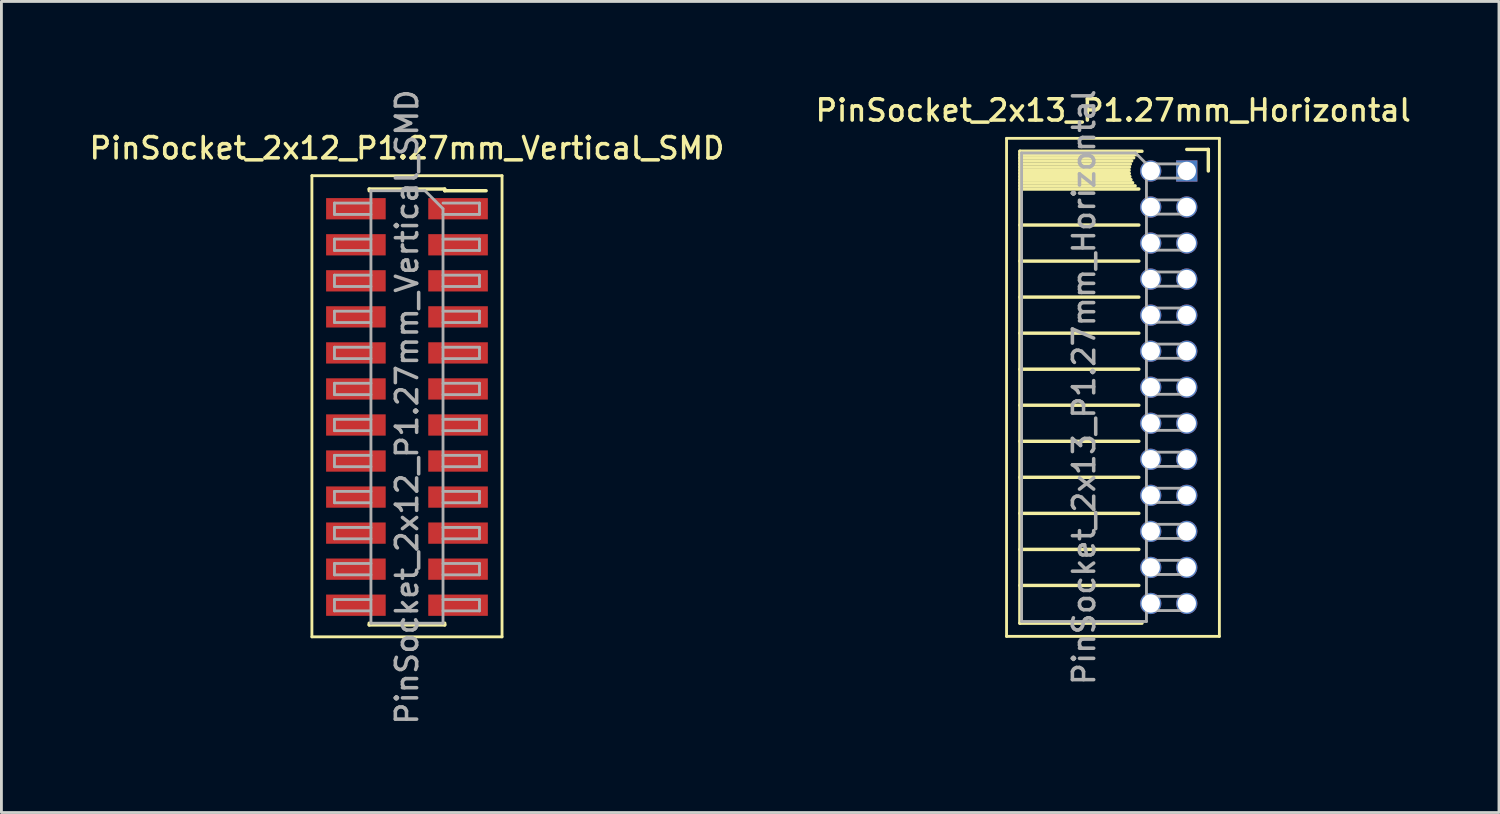
<source format=kicad_pcb>
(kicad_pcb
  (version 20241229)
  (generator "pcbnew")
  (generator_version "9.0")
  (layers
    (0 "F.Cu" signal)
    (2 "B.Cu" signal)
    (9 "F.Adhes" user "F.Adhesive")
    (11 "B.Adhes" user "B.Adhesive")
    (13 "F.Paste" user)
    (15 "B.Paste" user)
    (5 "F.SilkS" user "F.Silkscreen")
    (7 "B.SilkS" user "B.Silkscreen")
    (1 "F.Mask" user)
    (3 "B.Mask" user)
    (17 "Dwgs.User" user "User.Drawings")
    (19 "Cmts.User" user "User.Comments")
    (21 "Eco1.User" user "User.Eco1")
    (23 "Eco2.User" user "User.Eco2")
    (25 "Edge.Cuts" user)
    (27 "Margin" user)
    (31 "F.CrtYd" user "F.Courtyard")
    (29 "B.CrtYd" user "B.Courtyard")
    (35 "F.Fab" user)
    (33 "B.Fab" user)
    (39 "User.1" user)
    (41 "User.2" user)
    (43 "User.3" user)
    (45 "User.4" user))
  (footprint "PinSocket_2x13_P1.27mm_Horizontal"
    (layer "F.Cu")
    (at 38.769 2.975)
    (property "Reference" "PinSocket_2x13_P1.27mm_Horizontal" (at -2.592 -2.135 0) (layer "F.SilkS") (effects (font (size 0.75 0.75) (thickness 0.125))))
    (attr through_hole)
    (fp_line (start -6.35 -1.15) (end -6.35 16.4) (stroke (width 0.1) (type solid)) (layer "F.SilkS"))
    (fp_line (start -6.35 16.4) (end 1.15 16.4) (stroke (width 0.1) (type solid)) (layer "F.SilkS"))
    (fp_line (start -5.88 -0.695) (end -5.88 15.935) (stroke (width 0.12) (type solid)) (layer "F.SilkS"))
    (fp_line (start -5.88 -0.695) (end -1.578 -0.695) (stroke (width 0.12) (type solid)) (layer "F.SilkS"))
    (fp_line (start -5.88 -0.575) (end -1.767 -0.575) (stroke (width 0.12) (type solid)) (layer "F.SilkS"))
    (fp_line (start -5.88 -0.465) (end -1.871 -0.465) (stroke (width 0.12) (type solid)) (layer "F.SilkS"))
    (fp_line (start -5.88 -0.355) (end -1.942 -0.355) (stroke (width 0.12) (type solid)) (layer "F.SilkS"))
    (fp_line (start -5.88 -0.245) (end -1.989 -0.245) (stroke (width 0.12) (type solid)) (layer "F.SilkS"))
    (fp_line (start -5.88 -0.135) (end -2.018 -0.135) (stroke (width 0.12) (type solid)) (layer "F.SilkS"))
    (fp_line (start -5.88 -0.025) (end -2.03 -0.025) (stroke (width 0.12) (type solid)) (layer "F.SilkS"))
    (fp_line (start -5.88 0.085) (end -2.025 0.085) (stroke (width 0.12) (type solid)) (layer "F.SilkS"))
    (fp_line (start -5.88 0.195) (end -2.005 0.195) (stroke (width 0.12) (type solid)) (layer "F.SilkS"))
    (fp_line (start -5.88 0.305) (end -1.966 0.305) (stroke (width 0.12) (type solid)) (layer "F.SilkS"))
    (fp_line (start -5.88 0.415) (end -1.907 0.415) (stroke (width 0.12) (type solid)) (layer "F.SilkS"))
    (fp_line (start -5.88 0.525) (end -1.82 0.525) (stroke (width 0.12) (type solid)) (layer "F.SilkS"))
    (fp_line (start -5.88 0.635) (end -1.688 0.635) (stroke (width 0.12) (type solid)) (layer "F.SilkS"))
    (fp_line (start -5.88 1.905) (end -1.688 1.905) (stroke (width 0.12) (type solid)) (layer "F.SilkS"))
    (fp_line (start -5.88 3.175) (end -1.688 3.175) (stroke (width 0.12) (type solid)) (layer "F.SilkS"))
    (fp_line (start -5.88 4.445) (end -1.688 4.445) (stroke (width 0.12) (type solid)) (layer "F.SilkS"))
    (fp_line (start -5.88 5.715) (end -1.688 5.715) (stroke (width 0.12) (type solid)) (layer "F.SilkS"))
    (fp_line (start -5.88 6.985) (end -1.688 6.985) (stroke (width 0.12) (type solid)) (layer "F.SilkS"))
    (fp_line (start -5.88 8.255) (end -1.688 8.255) (stroke (width 0.12) (type solid)) (layer "F.SilkS"))
    (fp_line (start -5.88 9.525) (end -1.688 9.525) (stroke (width 0.12) (type solid)) (layer "F.SilkS"))
    (fp_line (start -5.88 10.795) (end -1.688 10.795) (stroke (width 0.12) (type solid)) (layer "F.SilkS"))
    (fp_line (start -5.88 12.065) (end -1.688 12.065) (stroke (width 0.12) (type solid)) (layer "F.SilkS"))
    (fp_line (start -5.88 13.335) (end -1.688 13.335) (stroke (width 0.12) (type solid)) (layer "F.SilkS"))
    (fp_line (start -5.88 14.605) (end -1.688 14.605) (stroke (width 0.12) (type solid)) (layer "F.SilkS"))
    (fp_line (start -5.88 15.935) (end -1.578 15.935) (stroke (width 0.12) (type solid)) (layer "F.SilkS"))
    (fp_line (start 0 -0.76) (end 0.76 -0.76) (stroke (width 0.12) (type solid)) (layer "F.SilkS"))
    (fp_line (start 0.76 -0.76) (end 0.76 0) (stroke (width 0.12) (type solid)) (layer "F.SilkS"))
    (fp_line (start 1.15 -1.15) (end -6.35 -1.15) (stroke (width 0.1) (type solid)) (layer "F.SilkS"))
    (fp_line (start 1.15 16.4) (end 1.15 -1.15) (stroke (width 0.1) (type solid)) (layer "F.SilkS"))
    (fp_line (start -5.82 -0.635) (end -1.805 -0.635) (stroke (width 0.1) (type solid)) (layer "F.Fab"))
    (fp_line (start -5.82 15.875) (end -5.82 -0.635) (stroke (width 0.1) (type solid)) (layer "F.Fab"))
    (fp_line (start -1.805 -0.635) (end -1.42 -0.25) (stroke (width 0.1) (type solid)) (layer "F.Fab"))
    (fp_line (start -1.42 -0.25) (end -1.42 15.875) (stroke (width 0.1) (type solid)) (layer "F.Fab"))
    (fp_line (start -1.42 0.25) (end 0 0.25) (stroke (width 0.1) (type solid)) (layer "F.Fab"))
    (fp_line (start -1.42 1.52) (end 0 1.52) (stroke (width 0.1) (type solid)) (layer "F.Fab"))
    (fp_line (start -1.42 2.79) (end 0 2.79) (stroke (width 0.1) (type solid)) (layer "F.Fab"))
    (fp_line (start -1.42 4.06) (end 0 4.06) (stroke (width 0.1) (type solid)) (layer "F.Fab"))
    (fp_line (start -1.42 5.33) (end 0 5.33) (stroke (width 0.1) (type solid)) (layer "F.Fab"))
    (fp_line (start -1.42 6.6) (end 0 6.6) (stroke (width 0.1) (type solid)) (layer "F.Fab"))
    (fp_line (start -1.42 7.87) (end 0 7.87) (stroke (width 0.1) (type solid)) (layer "F.Fab"))
    (fp_line (start -1.42 9.14) (end 0 9.14) (stroke (width 0.1) (type solid)) (layer "F.Fab"))
    (fp_line (start -1.42 10.41) (end 0 10.41) (stroke (width 0.1) (type solid)) (layer "F.Fab"))
    (fp_line (start -1.42 11.68) (end 0 11.68) (stroke (width 0.1) (type solid)) (layer "F.Fab"))
    (fp_line (start -1.42 12.95) (end 0 12.95) (stroke (width 0.1) (type solid)) (layer "F.Fab"))
    (fp_line (start -1.42 14.22) (end 0 14.22) (stroke (width 0.1) (type solid)) (layer "F.Fab"))
    (fp_line (start -1.42 15.49) (end 0 15.49) (stroke (width 0.1) (type solid)) (layer "F.Fab"))
    (fp_line (start -1.42 15.875) (end -5.82 15.875) (stroke (width 0.1) (type solid)) (layer "F.Fab"))
    (fp_line (start 0 -0.25) (end -1.42 -0.25) (stroke (width 0.1) (type solid)) (layer "F.Fab"))
    (fp_line (start 0 0.25) (end 0 -0.25) (stroke (width 0.1) (type solid)) (layer "F.Fab"))
    (fp_line (start 0 1.02) (end -1.42 1.02) (stroke (width 0.1) (type solid)) (layer "F.Fab"))
    (fp_line (start 0 1.52) (end 0 1.02) (stroke (width 0.1) (type solid)) (layer "F.Fab"))
    (fp_line (start 0 2.29) (end -1.42 2.29) (stroke (width 0.1) (type solid)) (layer "F.Fab"))
    (fp_line (start 0 2.79) (end 0 2.29) (stroke (width 0.1) (type solid)) (layer "F.Fab"))
    (fp_line (start 0 3.56) (end -1.42 3.56) (stroke (width 0.1) (type solid)) (layer "F.Fab"))
    (fp_line (start 0 4.06) (end 0 3.56) (stroke (width 0.1) (type solid)) (layer "F.Fab"))
    (fp_line (start 0 4.83) (end -1.42 4.83) (stroke (width 0.1) (type solid)) (layer "F.Fab"))
    (fp_line (start 0 5.33) (end 0 4.83) (stroke (width 0.1) (type solid)) (layer "F.Fab"))
    (fp_line (start 0 6.1) (end -1.42 6.1) (stroke (width 0.1) (type solid)) (layer "F.Fab"))
    (fp_line (start 0 6.6) (end 0 6.1) (stroke (width 0.1) (type solid)) (layer "F.Fab"))
    (fp_line (start 0 7.37) (end -1.42 7.37) (stroke (width 0.1) (type solid)) (layer "F.Fab"))
    (fp_line (start 0 7.87) (end 0 7.37) (stroke (width 0.1) (type solid)) (layer "F.Fab"))
    (fp_line (start 0 8.64) (end -1.42 8.64) (stroke (width 0.1) (type solid)) (layer "F.Fab"))
    (fp_line (start 0 9.14) (end 0 8.64) (stroke (width 0.1) (type solid)) (layer "F.Fab"))
    (fp_line (start 0 9.91) (end -1.42 9.91) (stroke (width 0.1) (type solid)) (layer "F.Fab"))
    (fp_line (start 0 10.41) (end 0 9.91) (stroke (width 0.1) (type solid)) (layer "F.Fab"))
    (fp_line (start 0 11.18) (end -1.42 11.18) (stroke (width 0.1) (type solid)) (layer "F.Fab"))
    (fp_line (start 0 11.68) (end 0 11.18) (stroke (width 0.1) (type solid)) (layer "F.Fab"))
    (fp_line (start 0 12.45) (end -1.42 12.45) (stroke (width 0.1) (type solid)) (layer "F.Fab"))
    (fp_line (start 0 12.95) (end 0 12.45) (stroke (width 0.1) (type solid)) (layer "F.Fab"))
    (fp_line (start 0 13.72) (end -1.42 13.72) (stroke (width 0.1) (type solid)) (layer "F.Fab"))
    (fp_line (start 0 14.22) (end 0 13.72) (stroke (width 0.1) (type solid)) (layer "F.Fab"))
    (fp_line (start 0 14.99) (end -1.42 14.99) (stroke (width 0.1) (type solid)) (layer "F.Fab"))
    (fp_line (start 0 15.49) (end 0 14.99) (stroke (width 0.1) (type solid)) (layer "F.Fab"))
    (fp_text user "${REFERENCE}" (at -3.62 7.62 90) (layer "F.Fab") (effects (font (size 0.75 0.75) (thickness 0.125))))
    (pad "1" thru_hole rect (at 0 0) (size 0.75 0.75) (drill 0.65) (layers "*.Cu" "*.Mask"))
    (pad "2" thru_hole oval (at -1.27 0) (size 0.75 0.75) (drill 0.65) (layers "*.Cu" "*.Mask"))
    (pad "3" thru_hole oval (at 0 1.27) (size 0.75 0.75) (drill 0.65) (layers "*.Cu" "*.Mask"))
    (pad "4" thru_hole oval (at -1.27 1.27) (size 0.75 0.75) (drill 0.65) (layers "*.Cu" "*.Mask"))
    (pad "5" thru_hole oval (at 0 2.54) (size 0.75 0.75) (drill 0.65) (layers "*.Cu" "*.Mask"))
    (pad "6" thru_hole oval (at -1.27 2.54) (size 0.75 0.75) (drill 0.65) (layers "*.Cu" "*.Mask"))
    (pad "7" thru_hole oval (at 0 3.81) (size 0.75 0.75) (drill 0.65) (layers "*.Cu" "*.Mask"))
    (pad "8" thru_hole oval (at -1.27 3.81) (size 0.75 0.75) (drill 0.65) (layers "*.Cu" "*.Mask"))
    (pad "9" thru_hole oval (at 0 5.08) (size 0.75 0.75) (drill 0.65) (layers "*.Cu" "*.Mask"))
    (pad "10" thru_hole oval (at -1.27 5.08) (size 0.75 0.75) (drill 0.65) (layers "*.Cu" "*.Mask"))
    (pad "11" thru_hole oval (at 0 6.35) (size 0.75 0.75) (drill 0.65) (layers "*.Cu" "*.Mask"))
    (pad "12" thru_hole oval (at -1.27 6.35) (size 0.75 0.75) (drill 0.65) (layers "*.Cu" "*.Mask"))
    (pad "13" thru_hole oval (at 0 7.62) (size 0.75 0.75) (drill 0.65) (layers "*.Cu" "*.Mask"))
    (pad "14" thru_hole oval (at -1.27 7.62) (size 0.75 0.75) (drill 0.65) (layers "*.Cu" "*.Mask"))
    (pad "15" thru_hole oval (at 0 8.89) (size 0.75 0.75) (drill 0.65) (layers "*.Cu" "*.Mask"))
    (pad "16" thru_hole oval (at -1.27 8.89) (size 0.75 0.75) (drill 0.65) (layers "*.Cu" "*.Mask"))
    (pad "17" thru_hole oval (at 0 10.16) (size 0.75 0.75) (drill 0.65) (layers "*.Cu" "*.Mask"))
    (pad "18" thru_hole oval (at -1.27 10.16) (size 0.75 0.75) (drill 0.65) (layers "*.Cu" "*.Mask"))
    (pad "19" thru_hole oval (at 0 11.43) (size 0.75 0.75) (drill 0.65) (layers "*.Cu" "*.Mask"))
    (pad "20" thru_hole oval (at -1.27 11.43) (size 0.75 0.75) (drill 0.65) (layers "*.Cu" "*.Mask"))
    (pad "21" thru_hole oval (at 0 12.7) (size 0.75 0.75) (drill 0.65) (layers "*.Cu" "*.Mask"))
    (pad "22" thru_hole oval (at -1.27 12.7) (size 0.75 0.75) (drill 0.65) (layers "*.Cu" "*.Mask"))
    (pad "23" thru_hole oval (at 0 13.97) (size 0.75 0.75) (drill 0.65) (layers "*.Cu" "*.Mask"))
    (pad "24" thru_hole oval (at -1.27 13.97) (size 0.75 0.75) (drill 0.65) (layers "*.Cu" "*.Mask"))
    (pad "25" thru_hole oval (at 0 15.24) (size 0.75 0.75) (drill 0.65) (layers "*.Cu" "*.Mask"))
    (pad "26" thru_hole oval (at -1.27 15.24) (size 0.75 0.75) (drill 0.65) (layers "*.Cu" "*.Mask")))
  (footprint "PinSocket_2x12_P1.27mm_Vertical_SMD"
    (layer "F.Cu")
    (at 11.291 11.291)
    (property "Reference" "PinSocket_2x12_P1.27mm_Vertical_SMD" (at 0 -9.12 0) (layer "F.SilkS") (effects (font (size 0.75 0.75) (thickness 0.125))))
    (attr smd)
    (fp_line (start -3.35 -8.15) (end 3.35 -8.15) (stroke (width 0.1) (type solid)) (layer "F.SilkS"))
    (fp_line (start -3.35 8.1) (end -3.35 -8.15) (stroke (width 0.1) (type solid)) (layer "F.SilkS"))
    (fp_line (start -1.33 -7.68) (end -1.33 -7.62) (stroke (width 0.12) (type solid)) (layer "F.SilkS"))
    (fp_line (start -1.33 -7.68) (end 1.33 -7.68) (stroke (width 0.12) (type solid)) (layer "F.SilkS"))
    (fp_line (start -1.33 7.62) (end -1.33 7.68) (stroke (width 0.12) (type solid)) (layer "F.SilkS"))
    (fp_line (start -1.33 7.68) (end 1.33 7.68) (stroke (width 0.12) (type solid)) (layer "F.SilkS"))
    (fp_line (start 1.33 -7.68) (end 1.33 -7.62) (stroke (width 0.12) (type solid)) (layer "F.SilkS"))
    (fp_line (start 1.33 -7.62) (end 2.79 -7.62) (stroke (width 0.12) (type solid)) (layer "F.SilkS"))
    (fp_line (start 1.33 7.62) (end 1.33 7.68) (stroke (width 0.12) (type solid)) (layer "F.SilkS"))
    (fp_line (start 3.35 -8.15) (end 3.35 8.1) (stroke (width 0.1) (type solid)) (layer "F.SilkS"))
    (fp_line (start 3.35 8.1) (end -3.35 8.1) (stroke (width 0.1) (type solid)) (layer "F.SilkS"))
    (fp_line (start -2.555 -7.185) (end -1.27 -7.185) (stroke (width 0.1) (type solid)) (layer "F.Fab"))
    (fp_line (start -2.555 -6.785) (end -2.555 -7.185) (stroke (width 0.1) (type solid)) (layer "F.Fab"))
    (fp_line (start -2.555 -5.915) (end -1.27 -5.915) (stroke (width 0.1) (type solid)) (layer "F.Fab"))
    (fp_line (start -2.555 -5.515) (end -2.555 -5.915) (stroke (width 0.1) (type solid)) (layer "F.Fab"))
    (fp_line (start -2.555 -4.645) (end -1.27 -4.645) (stroke (width 0.1) (type solid)) (layer "F.Fab"))
    (fp_line (start -2.555 -4.245) (end -2.555 -4.645) (stroke (width 0.1) (type solid)) (layer "F.Fab"))
    (fp_line (start -2.555 -3.375) (end -1.27 -3.375) (stroke (width 0.1) (type solid)) (layer "F.Fab"))
    (fp_line (start -2.555 -2.975) (end -2.555 -3.375) (stroke (width 0.1) (type solid)) (layer "F.Fab"))
    (fp_line (start -2.555 -2.105) (end -1.27 -2.105) (stroke (width 0.1) (type solid)) (layer "F.Fab"))
    (fp_line (start -2.555 -1.705) (end -2.555 -2.105) (stroke (width 0.1) (type solid)) (layer "F.Fab"))
    (fp_line (start -2.555 -0.835) (end -1.27 -0.835) (stroke (width 0.1) (type solid)) (layer "F.Fab"))
    (fp_line (start -2.555 -0.435) (end -2.555 -0.835) (stroke (width 0.1) (type solid)) (layer "F.Fab"))
    (fp_line (start -2.555 0.435) (end -1.27 0.435) (stroke (width 0.1) (type solid)) (layer "F.Fab"))
    (fp_line (start -2.555 0.835) (end -2.555 0.435) (stroke (width 0.1) (type solid)) (layer "F.Fab"))
    (fp_line (start -2.555 1.705) (end -1.27 1.705) (stroke (width 0.1) (type solid)) (layer "F.Fab"))
    (fp_line (start -2.555 2.105) (end -2.555 1.705) (stroke (width 0.1) (type solid)) (layer "F.Fab"))
    (fp_line (start -2.555 2.975) (end -1.27 2.975) (stroke (width 0.1) (type solid)) (layer "F.Fab"))
    (fp_line (start -2.555 3.375) (end -2.555 2.975) (stroke (width 0.1) (type solid)) (layer "F.Fab"))
    (fp_line (start -2.555 4.245) (end -1.27 4.245) (stroke (width 0.1) (type solid)) (layer "F.Fab"))
    (fp_line (start -2.555 4.645) (end -2.555 4.245) (stroke (width 0.1) (type solid)) (layer "F.Fab"))
    (fp_line (start -2.555 5.515) (end -1.27 5.515) (stroke (width 0.1) (type solid)) (layer "F.Fab"))
    (fp_line (start -2.555 5.915) (end -2.555 5.515) (stroke (width 0.1) (type solid)) (layer "F.Fab"))
    (fp_line (start -2.555 6.785) (end -1.27 6.785) (stroke (width 0.1) (type solid)) (layer "F.Fab"))
    (fp_line (start -2.555 7.185) (end -2.555 6.785) (stroke (width 0.1) (type solid)) (layer "F.Fab"))
    (fp_line (start -1.27 -7.62) (end 0.635 -7.62) (stroke (width 0.1) (type solid)) (layer "F.Fab"))
    (fp_line (start -1.27 -6.785) (end -2.555 -6.785) (stroke (width 0.1) (type solid)) (layer "F.Fab"))
    (fp_line (start -1.27 -5.515) (end -2.555 -5.515) (stroke (width 0.1) (type solid)) (layer "F.Fab"))
    (fp_line (start -1.27 -4.245) (end -2.555 -4.245) (stroke (width 0.1) (type solid)) (layer "F.Fab"))
    (fp_line (start -1.27 -2.975) (end -2.555 -2.975) (stroke (width 0.1) (type solid)) (layer "F.Fab"))
    (fp_line (start -1.27 -1.705) (end -2.555 -1.705) (stroke (width 0.1) (type solid)) (layer "F.Fab"))
    (fp_line (start -1.27 -0.435) (end -2.555 -0.435) (stroke (width 0.1) (type solid)) (layer "F.Fab"))
    (fp_line (start -1.27 0.835) (end -2.555 0.835) (stroke (width 0.1) (type solid)) (layer "F.Fab"))
    (fp_line (start -1.27 2.105) (end -2.555 2.105) (stroke (width 0.1) (type solid)) (layer "F.Fab"))
    (fp_line (start -1.27 3.375) (end -2.555 3.375) (stroke (width 0.1) (type solid)) (layer "F.Fab"))
    (fp_line (start -1.27 4.645) (end -2.555 4.645) (stroke (width 0.1) (type solid)) (layer "F.Fab"))
    (fp_line (start -1.27 5.915) (end -2.555 5.915) (stroke (width 0.1) (type solid)) (layer "F.Fab"))
    (fp_line (start -1.27 7.185) (end -2.555 7.185) (stroke (width 0.1) (type solid)) (layer "F.Fab"))
    (fp_line (start -1.27 7.62) (end -1.27 -7.62) (stroke (width 0.1) (type solid)) (layer "F.Fab"))
    (fp_line (start 0.635 -7.62) (end 1.27 -6.985) (stroke (width 0.1) (type solid)) (layer "F.Fab"))
    (fp_line (start 1.27 -7.185) (end 2.555 -7.185) (stroke (width 0.1) (type solid)) (layer "F.Fab"))
    (fp_line (start 1.27 -6.985) (end 1.27 7.62) (stroke (width 0.1) (type solid)) (layer "F.Fab"))
    (fp_line (start 1.27 -5.915) (end 2.555 -5.915) (stroke (width 0.1) (type solid)) (layer "F.Fab"))
    (fp_line (start 1.27 -4.645) (end 2.555 -4.645) (stroke (width 0.1) (type solid)) (layer "F.Fab"))
    (fp_line (start 1.27 -3.375) (end 2.555 -3.375) (stroke (width 0.1) (type solid)) (layer "F.Fab"))
    (fp_line (start 1.27 -2.105) (end 2.555 -2.105) (stroke (width 0.1) (type solid)) (layer "F.Fab"))
    (fp_line (start 1.27 -0.835) (end 2.555 -0.835) (stroke (width 0.1) (type solid)) (layer "F.Fab"))
    (fp_line (start 1.27 0.435) (end 2.555 0.435) (stroke (width 0.1) (type solid)) (layer "F.Fab"))
    (fp_line (start 1.27 1.705) (end 2.555 1.705) (stroke (width 0.1) (type solid)) (layer "F.Fab"))
    (fp_line (start 1.27 2.975) (end 2.555 2.975) (stroke (width 0.1) (type solid)) (layer "F.Fab"))
    (fp_line (start 1.27 4.245) (end 2.555 4.245) (stroke (width 0.1) (type solid)) (layer "F.Fab"))
    (fp_line (start 1.27 5.515) (end 2.555 5.515) (stroke (width 0.1) (type solid)) (layer "F.Fab"))
    (fp_line (start 1.27 6.785) (end 2.555 6.785) (stroke (width 0.1) (type solid)) (layer "F.Fab"))
    (fp_line (start 1.27 7.62) (end -1.27 7.62) (stroke (width 0.1) (type solid)) (layer "F.Fab"))
    (fp_line (start 2.555 -7.185) (end 2.555 -6.785) (stroke (width 0.1) (type solid)) (layer "F.Fab"))
    (fp_line (start 2.555 -6.785) (end 1.27 -6.785) (stroke (width 0.1) (type solid)) (layer "F.Fab"))
    (fp_line (start 2.555 -5.915) (end 2.555 -5.515) (stroke (width 0.1) (type solid)) (layer "F.Fab"))
    (fp_line (start 2.555 -5.515) (end 1.27 -5.515) (stroke (width 0.1) (type solid)) (layer "F.Fab"))
    (fp_line (start 2.555 -4.645) (end 2.555 -4.245) (stroke (width 0.1) (type solid)) (layer "F.Fab"))
    (fp_line (start 2.555 -4.245) (end 1.27 -4.245) (stroke (width 0.1) (type solid)) (layer "F.Fab"))
    (fp_line (start 2.555 -3.375) (end 2.555 -2.975) (stroke (width 0.1) (type solid)) (layer "F.Fab"))
    (fp_line (start 2.555 -2.975) (end 1.27 -2.975) (stroke (width 0.1) (type solid)) (layer "F.Fab"))
    (fp_line (start 2.555 -2.105) (end 2.555 -1.705) (stroke (width 0.1) (type solid)) (layer "F.Fab"))
    (fp_line (start 2.555 -1.705) (end 1.27 -1.705) (stroke (width 0.1) (type solid)) (layer "F.Fab"))
    (fp_line (start 2.555 -0.835) (end 2.555 -0.435) (stroke (width 0.1) (type solid)) (layer "F.Fab"))
    (fp_line (start 2.555 -0.435) (end 1.27 -0.435) (stroke (width 0.1) (type solid)) (layer "F.Fab"))
    (fp_line (start 2.555 0.435) (end 2.555 0.835) (stroke (width 0.1) (type solid)) (layer "F.Fab"))
    (fp_line (start 2.555 0.835) (end 1.27 0.835) (stroke (width 0.1) (type solid)) (layer "F.Fab"))
    (fp_line (start 2.555 1.705) (end 2.555 2.105) (stroke (width 0.1) (type solid)) (layer "F.Fab"))
    (fp_line (start 2.555 2.105) (end 1.27 2.105) (stroke (width 0.1) (type solid)) (layer "F.Fab"))
    (fp_line (start 2.555 2.975) (end 2.555 3.375) (stroke (width 0.1) (type solid)) (layer "F.Fab"))
    (fp_line (start 2.555 3.375) (end 1.27 3.375) (stroke (width 0.1) (type solid)) (layer "F.Fab"))
    (fp_line (start 2.555 4.245) (end 2.555 4.645) (stroke (width 0.1) (type solid)) (layer "F.Fab"))
    (fp_line (start 2.555 4.645) (end 1.27 4.645) (stroke (width 0.1) (type solid)) (layer "F.Fab"))
    (fp_line (start 2.555 5.515) (end 2.555 5.915) (stroke (width 0.1) (type solid)) (layer "F.Fab"))
    (fp_line (start 2.555 5.915) (end 1.27 5.915) (stroke (width 0.1) (type solid)) (layer "F.Fab"))
    (fp_line (start 2.555 6.785) (end 2.555 7.185) (stroke (width 0.1) (type solid)) (layer "F.Fab"))
    (fp_line (start 2.555 7.185) (end 1.27 7.185) (stroke (width 0.1) (type solid)) (layer "F.Fab"))
    (fp_text user "${REFERENCE}" (at 0 0 90) (layer "F.Fab") (effects (font (size 0.75 0.75) (thickness 0.125))))
    (pad "1" smd rect (at 1.8 -6.985) (size 2.1 0.75) (layers "F.Cu" "F.Mask" "F.Paste"))
    (pad "2" smd rect (at -1.8 -6.985) (size 2.1 0.75) (layers "F.Cu" "F.Mask" "F.Paste"))
    (pad "3" smd rect (at 1.8 -5.715) (size 2.1 0.75) (layers "F.Cu" "F.Mask" "F.Paste"))
    (pad "4" smd rect (at -1.8 -5.715) (size 2.1 0.75) (layers "F.Cu" "F.Mask" "F.Paste"))
    (pad "5" smd rect (at 1.8 -4.445) (size 2.1 0.75) (layers "F.Cu" "F.Mask" "F.Paste"))
    (pad "6" smd rect (at -1.8 -4.445) (size 2.1 0.75) (layers "F.Cu" "F.Mask" "F.Paste"))
    (pad "7" smd rect (at 1.8 -3.175) (size 2.1 0.75) (layers "F.Cu" "F.Mask" "F.Paste"))
    (pad "8" smd rect (at -1.8 -3.175) (size 2.1 0.75) (layers "F.Cu" "F.Mask" "F.Paste"))
    (pad "9" smd rect (at 1.8 -1.905) (size 2.1 0.75) (layers "F.Cu" "F.Mask" "F.Paste"))
    (pad "10" smd rect (at -1.8 -1.905) (size 2.1 0.75) (layers "F.Cu" "F.Mask" "F.Paste"))
    (pad "11" smd rect (at 1.8 -0.635) (size 2.1 0.75) (layers "F.Cu" "F.Mask" "F.Paste"))
    (pad "12" smd rect (at -1.8 -0.635) (size 2.1 0.75) (layers "F.Cu" "F.Mask" "F.Paste"))
    (pad "13" smd rect (at 1.8 0.635) (size 2.1 0.75) (layers "F.Cu" "F.Mask" "F.Paste"))
    (pad "14" smd rect (at -1.8 0.635) (size 2.1 0.75) (layers "F.Cu" "F.Mask" "F.Paste"))
    (pad "15" smd rect (at 1.8 1.905) (size 2.1 0.75) (layers "F.Cu" "F.Mask" "F.Paste"))
    (pad "16" smd rect (at -1.8 1.905) (size 2.1 0.75) (layers "F.Cu" "F.Mask" "F.Paste"))
    (pad "17" smd rect (at 1.8 3.175) (size 2.1 0.75) (layers "F.Cu" "F.Mask" "F.Paste"))
    (pad "18" smd rect (at -1.8 3.175) (size 2.1 0.75) (layers "F.Cu" "F.Mask" "F.Paste"))
    (pad "19" smd rect (at 1.8 4.445) (size 2.1 0.75) (layers "F.Cu" "F.Mask" "F.Paste"))
    (pad "20" smd rect (at -1.8 4.445) (size 2.1 0.75) (layers "F.Cu" "F.Mask" "F.Paste"))
    (pad "21" smd rect (at 1.8 5.715) (size 2.1 0.75) (layers "F.Cu" "F.Mask" "F.Paste"))
    (pad "22" smd rect (at -1.8 5.715) (size 2.1 0.75) (layers "F.Cu" "F.Mask" "F.Paste"))
    (pad "23" smd rect (at 1.8 6.985) (size 2.1 0.75) (layers "F.Cu" "F.Mask" "F.Paste"))
    (pad "24" smd rect (at -1.8 6.985) (size 2.1 0.75) (layers "F.Cu" "F.Mask" "F.Paste")))
  (gr_rect
    (start -3 -3)
    (end 49.771 25.582)
    (stroke (width 0.1) (type default))
    (fill no)
    (layer "Edge.Cuts")))
</source>
